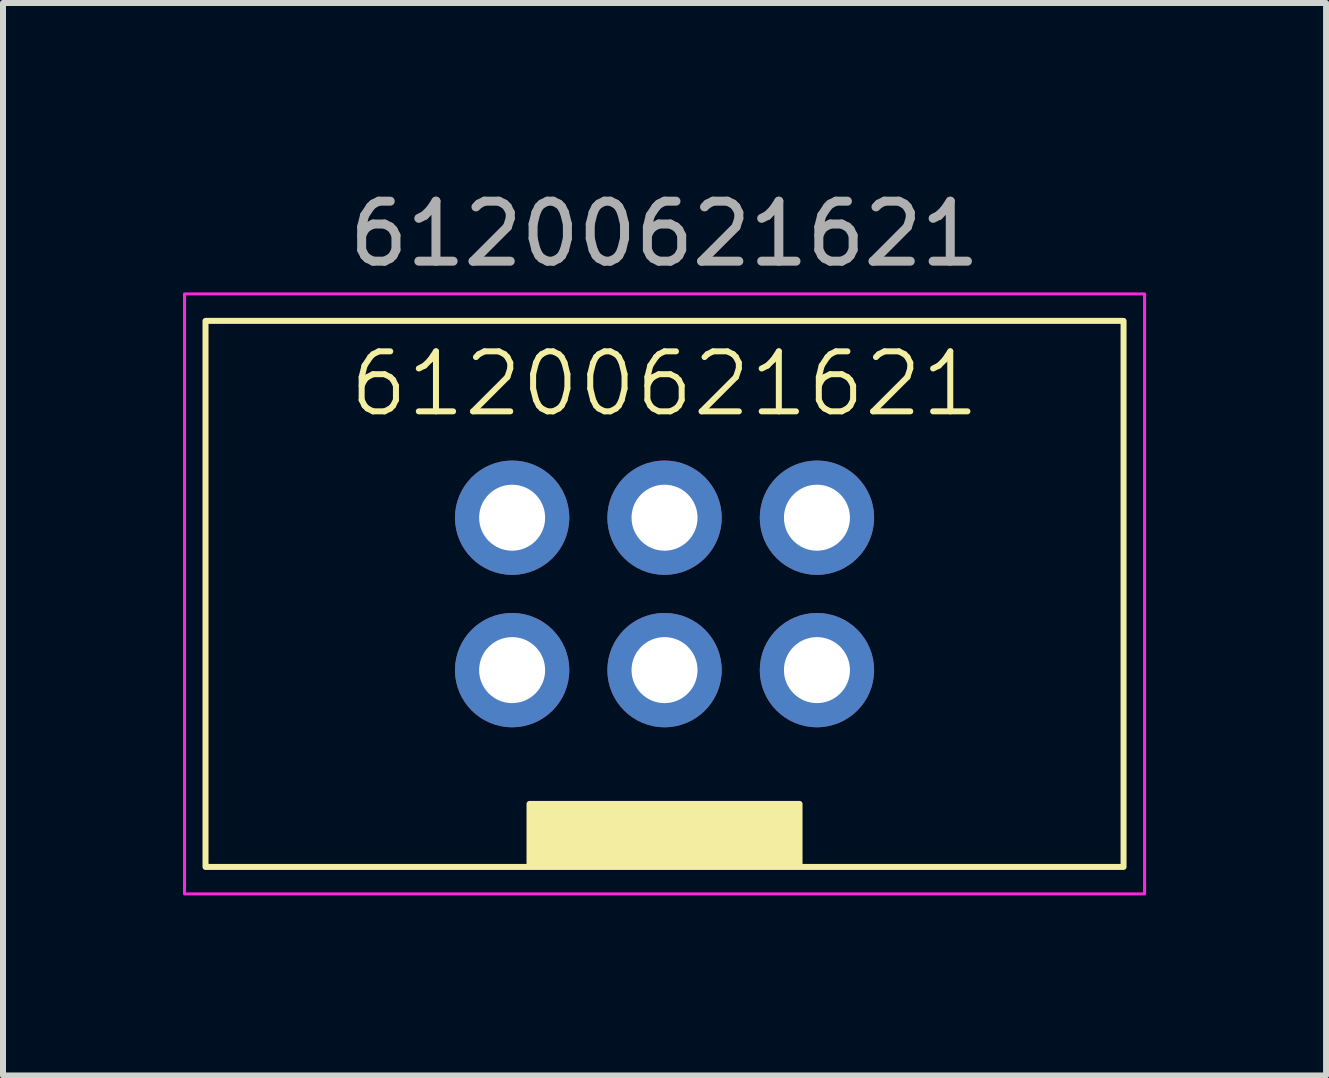
<source format=kicad_pcb>
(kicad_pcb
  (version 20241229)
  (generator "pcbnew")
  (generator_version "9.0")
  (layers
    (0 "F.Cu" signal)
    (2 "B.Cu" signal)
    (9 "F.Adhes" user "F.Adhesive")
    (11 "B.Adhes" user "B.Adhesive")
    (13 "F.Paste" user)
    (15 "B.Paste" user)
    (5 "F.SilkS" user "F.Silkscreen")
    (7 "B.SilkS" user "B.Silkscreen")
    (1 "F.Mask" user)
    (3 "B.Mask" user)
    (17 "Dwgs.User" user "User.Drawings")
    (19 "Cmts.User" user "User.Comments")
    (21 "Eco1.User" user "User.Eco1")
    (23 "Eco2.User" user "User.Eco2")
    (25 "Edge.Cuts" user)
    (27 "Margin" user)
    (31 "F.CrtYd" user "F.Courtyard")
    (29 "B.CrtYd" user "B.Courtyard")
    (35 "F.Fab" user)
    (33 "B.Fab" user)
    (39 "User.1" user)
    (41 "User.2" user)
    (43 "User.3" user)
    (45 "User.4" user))
  (footprint "61200621621"
    (layer "F.Cu")
    (at 8.025 6.848)
    (property "Reference" "61200621621" (at 0 -3.5 0) (unlocked yes) (layer "F.SilkS") (effects (font (size 1 1) (thickness 0.1))))
    (attr smd)
    (fp_rect (start -7.65 -4.55) (end 7.65 4.55) (stroke (width 0.1) (type default)) (fill no) (layer "F.SilkS"))
    (fp_rect (start -2.25 3.5) (end 2.25 4.5) (stroke (width 0.1) (type solid)) (fill yes) (layer "F.SilkS"))
    (fp_rect (start -8 -5) (end 8 5) (stroke (width 0.05) (type default)) (fill no) (layer "F.CrtYd"))
    (fp_text user "${REFERENCE}" (at 0 -6 0) (unlocked yes) (layer "F.Fab") (effects (font (size 1 1) (thickness 0.15))))
    (pad "1" thru_hole circle (at -2.54 1.27) (size 1.905 1.905) (drill oval 1.1) (layers "*.Cu" "*.Mask"))
    (pad "2" thru_hole circle (at -2.54 -1.27) (size 1.905 1.905) (drill oval 1.1) (layers "*.Cu" "*.Mask"))
    (pad "3" thru_hole circle (at 0 1.27) (size 1.905 1.905) (drill oval 1.1) (layers "*.Cu" "*.Mask"))
    (pad "4" thru_hole circle (at 0 -1.27) (size 1.905 1.905) (drill oval 1.1) (layers "*.Cu" "*.Mask"))
    (pad "5" thru_hole circle (at 2.54 1.27) (size 1.905 1.905) (drill oval 1.1) (layers "*.Cu" "*.Mask"))
    (pad "6" thru_hole circle (at 2.54 -1.27) (size 1.905 1.905) (drill oval 1.1) (layers "*.Cu" "*.Mask")))
  (gr_rect
    (start -3 -3)
    (end 19.05 14.873)
    (stroke (width 0.1) (type default))
    (fill no)
    (layer "Edge.Cuts")))
</source>
